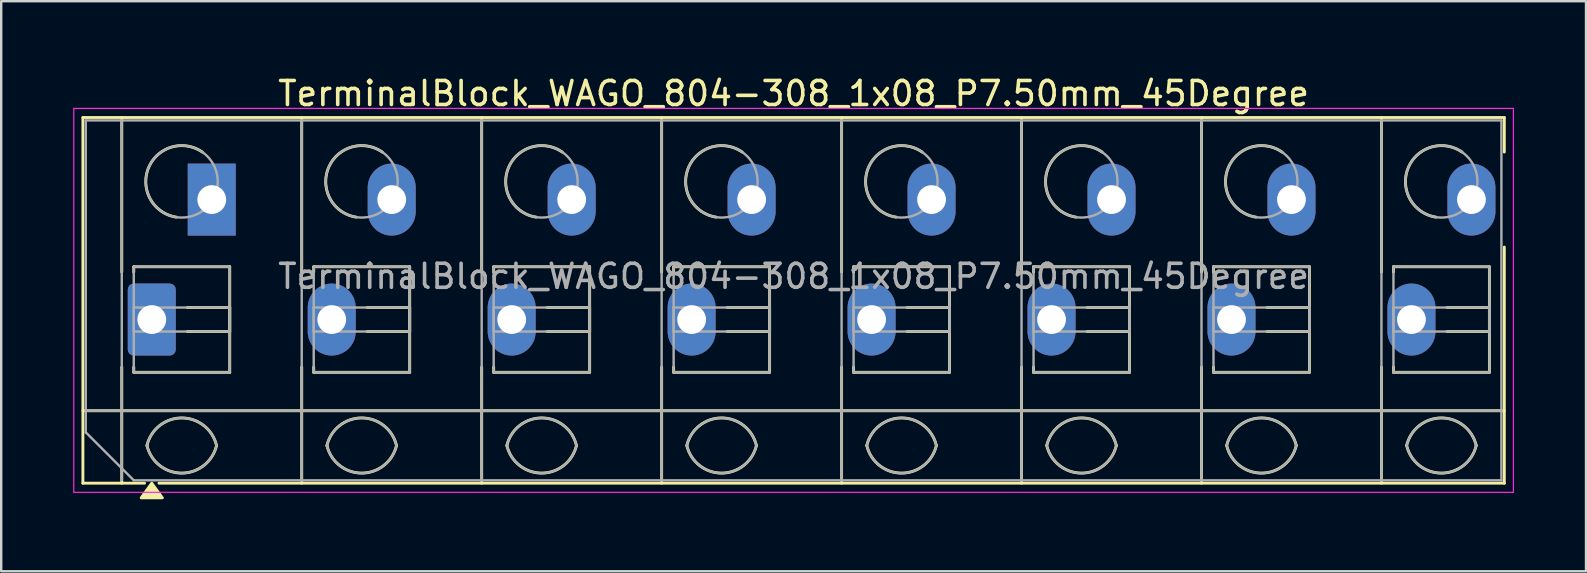
<source format=kicad_pcb>
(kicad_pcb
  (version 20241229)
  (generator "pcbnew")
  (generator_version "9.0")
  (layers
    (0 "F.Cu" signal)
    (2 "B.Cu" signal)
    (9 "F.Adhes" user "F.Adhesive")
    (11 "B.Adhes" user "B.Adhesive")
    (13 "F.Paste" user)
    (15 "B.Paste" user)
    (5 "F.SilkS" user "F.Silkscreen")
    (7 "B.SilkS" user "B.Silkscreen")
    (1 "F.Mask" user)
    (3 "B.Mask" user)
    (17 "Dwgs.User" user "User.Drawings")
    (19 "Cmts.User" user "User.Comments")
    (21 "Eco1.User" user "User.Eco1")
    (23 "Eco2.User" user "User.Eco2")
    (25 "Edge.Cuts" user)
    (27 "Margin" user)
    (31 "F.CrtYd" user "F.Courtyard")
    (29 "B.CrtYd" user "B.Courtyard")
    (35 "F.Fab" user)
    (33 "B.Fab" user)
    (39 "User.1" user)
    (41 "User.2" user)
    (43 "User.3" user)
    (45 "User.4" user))
  (footprint "TerminalBlock_WAGO_804-308_1x08_P7.50mm_45Degree"
    (layer "F.Cu")
    (at 3.275 10.268)
    (property "Reference" "TerminalBlock_WAGO_804-308_1x08_P7.50mm_45Degree" (at 26.75 -9.42 0) (layer "F.SilkS") (effects (font (size 1 1) (thickness 0.15))))
    (attr through_hole)
    (fp_line (start -2.87 -8.42) (end -2.87 6.82) (stroke (width 0.12) (type solid)) (layer "F.SilkS"))
    (fp_line (start -2.87 -8.42) (end 56.37 -8.42) (stroke (width 0.12) (type solid)) (layer "F.SilkS"))
    (fp_line (start -2.87 3.8) (end 56.37 3.8) (stroke (width 0.12) (type solid)) (layer "F.SilkS"))
    (fp_line (start -2.87 6.82) (end -0.3 6.82) (stroke (width 0.12) (type solid)) (layer "F.SilkS"))
    (fp_line (start -1.25 -8.42) (end -1.25 -1.98) (stroke (width 0.12) (type solid)) (layer "F.SilkS"))
    (fp_line (start -1.25 1.98) (end -1.25 6.82) (stroke (width 0.12) (type solid)) (layer "F.SilkS"))
    (fp_line (start -0.75 -2.2) (end -0.75 -1.98) (stroke (width 0.12) (type solid)) (layer "F.SilkS"))
    (fp_line (start -0.75 -2.2) (end 3.25 -2.2) (stroke (width 0.12) (type solid)) (layer "F.SilkS"))
    (fp_line (start -0.75 1.98) (end -0.75 2.2) (stroke (width 0.12) (type solid)) (layer "F.SilkS"))
    (fp_line (start -0.75 2.2) (end 3.25 2.2) (stroke (width 0.12) (type solid)) (layer "F.SilkS"))
    (fp_line (start 0.3 6.82) (end 56.37 6.82) (stroke (width 0.12) (type solid)) (layer "F.SilkS"))
    (fp_line (start 1.48 -0.5) (end 3.25 -0.5) (stroke (width 0.12) (type solid)) (layer "F.SilkS"))
    (fp_line (start 1.48 0.5) (end 3.25 0.5) (stroke (width 0.12) (type solid)) (layer "F.SilkS"))
    (fp_line (start 3.25 -2.2) (end 3.25 2.2) (stroke (width 0.12) (type solid)) (layer "F.SilkS"))
    (fp_line (start 3.25 -0.5) (end 3.25 0.5) (stroke (width 0.12) (type solid)) (layer "F.SilkS"))
    (fp_line (start 6.25 -8.42) (end 6.25 -1.98) (stroke (width 0.12) (type solid)) (layer "F.SilkS"))
    (fp_line (start 6.25 1.98) (end 6.25 6.82) (stroke (width 0.12) (type solid)) (layer "F.SilkS"))
    (fp_line (start 6.75 -2.2) (end 6.75 -1.98) (stroke (width 0.12) (type solid)) (layer "F.SilkS"))
    (fp_line (start 6.75 -2.2) (end 10.75 -2.2) (stroke (width 0.12) (type solid)) (layer "F.SilkS"))
    (fp_line (start 6.75 1.98) (end 6.75 2.2) (stroke (width 0.12) (type solid)) (layer "F.SilkS"))
    (fp_line (start 6.75 2.2) (end 10.75 2.2) (stroke (width 0.12) (type solid)) (layer "F.SilkS"))
    (fp_line (start 8.98 -0.5) (end 10.75 -0.5) (stroke (width 0.12) (type solid)) (layer "F.SilkS"))
    (fp_line (start 8.98 0.5) (end 10.75 0.5) (stroke (width 0.12) (type solid)) (layer "F.SilkS"))
    (fp_line (start 10.75 -2.2) (end 10.75 2.2) (stroke (width 0.12) (type solid)) (layer "F.SilkS"))
    (fp_line (start 10.75 -0.5) (end 10.75 0.5) (stroke (width 0.12) (type solid)) (layer "F.SilkS"))
    (fp_line (start 13.75 -8.42) (end 13.75 -1.98) (stroke (width 0.12) (type solid)) (layer "F.SilkS"))
    (fp_line (start 13.75 1.98) (end 13.75 6.82) (stroke (width 0.12) (type solid)) (layer "F.SilkS"))
    (fp_line (start 14.25 -2.2) (end 14.25 -1.98) (stroke (width 0.12) (type solid)) (layer "F.SilkS"))
    (fp_line (start 14.25 -2.2) (end 18.25 -2.2) (stroke (width 0.12) (type solid)) (layer "F.SilkS"))
    (fp_line (start 14.25 1.98) (end 14.25 2.2) (stroke (width 0.12) (type solid)) (layer "F.SilkS"))
    (fp_line (start 14.25 2.2) (end 18.25 2.2) (stroke (width 0.12) (type solid)) (layer "F.SilkS"))
    (fp_line (start 16.48 -0.5) (end 18.25 -0.5) (stroke (width 0.12) (type solid)) (layer "F.SilkS"))
    (fp_line (start 16.48 0.5) (end 18.25 0.5) (stroke (width 0.12) (type solid)) (layer "F.SilkS"))
    (fp_line (start 18.25 -2.2) (end 18.25 2.2) (stroke (width 0.12) (type solid)) (layer "F.SilkS"))
    (fp_line (start 18.25 -0.5) (end 18.25 0.5) (stroke (width 0.12) (type solid)) (layer "F.SilkS"))
    (fp_line (start 21.25 -8.42) (end 21.25 -1.98) (stroke (width 0.12) (type solid)) (layer "F.SilkS"))
    (fp_line (start 21.25 1.98) (end 21.25 6.82) (stroke (width 0.12) (type solid)) (layer "F.SilkS"))
    (fp_line (start 21.75 -2.2) (end 21.75 -1.98) (stroke (width 0.12) (type solid)) (layer "F.SilkS"))
    (fp_line (start 21.75 -2.2) (end 25.75 -2.2) (stroke (width 0.12) (type solid)) (layer "F.SilkS"))
    (fp_line (start 21.75 1.98) (end 21.75 2.2) (stroke (width 0.12) (type solid)) (layer "F.SilkS"))
    (fp_line (start 21.75 2.2) (end 25.75 2.2) (stroke (width 0.12) (type solid)) (layer "F.SilkS"))
    (fp_line (start 23.98 -0.5) (end 25.75 -0.5) (stroke (width 0.12) (type solid)) (layer "F.SilkS"))
    (fp_line (start 23.98 0.5) (end 25.75 0.5) (stroke (width 0.12) (type solid)) (layer "F.SilkS"))
    (fp_line (start 25.75 -2.2) (end 25.75 2.2) (stroke (width 0.12) (type solid)) (layer "F.SilkS"))
    (fp_line (start 25.75 -0.5) (end 25.75 0.5) (stroke (width 0.12) (type solid)) (layer "F.SilkS"))
    (fp_line (start 28.75 -8.42) (end 28.75 -1.98) (stroke (width 0.12) (type solid)) (layer "F.SilkS"))
    (fp_line (start 28.75 1.98) (end 28.75 6.82) (stroke (width 0.12) (type solid)) (layer "F.SilkS"))
    (fp_line (start 29.25 -2.2) (end 29.25 -1.98) (stroke (width 0.12) (type solid)) (layer "F.SilkS"))
    (fp_line (start 29.25 -2.2) (end 33.25 -2.2) (stroke (width 0.12) (type solid)) (layer "F.SilkS"))
    (fp_line (start 29.25 1.98) (end 29.25 2.2) (stroke (width 0.12) (type solid)) (layer "F.SilkS"))
    (fp_line (start 29.25 2.2) (end 33.25 2.2) (stroke (width 0.12) (type solid)) (layer "F.SilkS"))
    (fp_line (start 31.48 -0.5) (end 33.25 -0.5) (stroke (width 0.12) (type solid)) (layer "F.SilkS"))
    (fp_line (start 31.48 0.5) (end 33.25 0.5) (stroke (width 0.12) (type solid)) (layer "F.SilkS"))
    (fp_line (start 33.25 -2.2) (end 33.25 2.2) (stroke (width 0.12) (type solid)) (layer "F.SilkS"))
    (fp_line (start 33.25 -0.5) (end 33.25 0.5) (stroke (width 0.12) (type solid)) (layer "F.SilkS"))
    (fp_line (start 36.25 -8.42) (end 36.25 -1.98) (stroke (width 0.12) (type solid)) (layer "F.SilkS"))
    (fp_line (start 36.25 1.98) (end 36.25 6.82) (stroke (width 0.12) (type solid)) (layer "F.SilkS"))
    (fp_line (start 36.75 -2.2) (end 36.75 -1.98) (stroke (width 0.12) (type solid)) (layer "F.SilkS"))
    (fp_line (start 36.75 -2.2) (end 40.75 -2.2) (stroke (width 0.12) (type solid)) (layer "F.SilkS"))
    (fp_line (start 36.75 1.98) (end 36.75 2.2) (stroke (width 0.12) (type solid)) (layer "F.SilkS"))
    (fp_line (start 36.75 2.2) (end 40.75 2.2) (stroke (width 0.12) (type solid)) (layer "F.SilkS"))
    (fp_line (start 38.98 -0.5) (end 40.75 -0.5) (stroke (width 0.12) (type solid)) (layer "F.SilkS"))
    (fp_line (start 38.98 0.5) (end 40.75 0.5) (stroke (width 0.12) (type solid)) (layer "F.SilkS"))
    (fp_line (start 40.75 -2.2) (end 40.75 2.2) (stroke (width 0.12) (type solid)) (layer "F.SilkS"))
    (fp_line (start 40.75 -0.5) (end 40.75 0.5) (stroke (width 0.12) (type solid)) (layer "F.SilkS"))
    (fp_line (start 43.75 -8.42) (end 43.75 -1.98) (stroke (width 0.12) (type solid)) (layer "F.SilkS"))
    (fp_line (start 43.75 1.98) (end 43.75 6.82) (stroke (width 0.12) (type solid)) (layer "F.SilkS"))
    (fp_line (start 44.25 -2.2) (end 44.25 -1.98) (stroke (width 0.12) (type solid)) (layer "F.SilkS"))
    (fp_line (start 44.25 -2.2) (end 48.25 -2.2) (stroke (width 0.12) (type solid)) (layer "F.SilkS"))
    (fp_line (start 44.25 1.98) (end 44.25 2.2) (stroke (width 0.12) (type solid)) (layer "F.SilkS"))
    (fp_line (start 44.25 2.2) (end 48.25 2.2) (stroke (width 0.12) (type solid)) (layer "F.SilkS"))
    (fp_line (start 46.48 -0.5) (end 48.25 -0.5) (stroke (width 0.12) (type solid)) (layer "F.SilkS"))
    (fp_line (start 46.48 0.5) (end 48.25 0.5) (stroke (width 0.12) (type solid)) (layer "F.SilkS"))
    (fp_line (start 48.25 -2.2) (end 48.25 2.2) (stroke (width 0.12) (type solid)) (layer "F.SilkS"))
    (fp_line (start 48.25 -0.5) (end 48.25 0.5) (stroke (width 0.12) (type solid)) (layer "F.SilkS"))
    (fp_line (start 51.25 -8.42) (end 51.25 -1.98) (stroke (width 0.12) (type solid)) (layer "F.SilkS"))
    (fp_line (start 51.25 1.98) (end 51.25 6.82) (stroke (width 0.12) (type solid)) (layer "F.SilkS"))
    (fp_line (start 51.75 -2.2) (end 51.75 -1.98) (stroke (width 0.12) (type solid)) (layer "F.SilkS"))
    (fp_line (start 51.75 -2.2) (end 55.75 -2.2) (stroke (width 0.12) (type solid)) (layer "F.SilkS"))
    (fp_line (start 51.75 1.98) (end 51.75 2.2) (stroke (width 0.12) (type solid)) (layer "F.SilkS"))
    (fp_line (start 51.75 2.2) (end 55.75 2.2) (stroke (width 0.12) (type solid)) (layer "F.SilkS"))
    (fp_line (start 53.98 -0.5) (end 55.75 -0.5) (stroke (width 0.12) (type solid)) (layer "F.SilkS"))
    (fp_line (start 53.98 0.5) (end 55.75 0.5) (stroke (width 0.12) (type solid)) (layer "F.SilkS"))
    (fp_line (start 55.75 -2.2) (end 55.75 2.2) (stroke (width 0.12) (type solid)) (layer "F.SilkS"))
    (fp_line (start 55.75 -0.5) (end 55.75 0.5) (stroke (width 0.12) (type solid)) (layer "F.SilkS"))
    (fp_line (start 56.37 -8.42) (end 56.37 -6.98) (stroke (width 0.12) (type solid)) (layer "F.SilkS"))
    (fp_line (start 56.37 -3.02) (end 56.37 6.82) (stroke (width 0.12) (type solid)) (layer "F.SilkS"))
    (fp_arc (start -0.199942 5.249753) (mid 1.250127 4.099899) (end 2.7 5.25) (stroke (width 0.12) (type solid)) (layer "F.SilkS"))
    (fp_arc (start 1.02 -4.268) (mid -0.141815 -6.308637) (end 2.10843 -6.979765) (stroke (width 0.12) (type solid)) (layer "F.SilkS"))
    (fp_arc (start 2.7 5.25) (mid 1.250127 6.400101) (end -0.199942 5.250247) (stroke (width 0.12) (type solid)) (layer "F.SilkS"))
    (fp_arc (start 7.300058 5.249753) (mid 8.750127 4.099899) (end 10.2 5.25) (stroke (width 0.12) (type solid)) (layer "F.SilkS"))
    (fp_arc (start 8.52 -4.268) (mid 7.358185 -6.308637) (end 9.60843 -6.979765) (stroke (width 0.12) (type solid)) (layer "F.SilkS"))
    (fp_arc (start 10.2 5.25) (mid 8.750127 6.400101) (end 7.300058 5.250247) (stroke (width 0.12) (type solid)) (layer "F.SilkS"))
    (fp_arc (start 14.800058 5.249753) (mid 16.250127 4.099899) (end 17.7 5.25) (stroke (width 0.12) (type solid)) (layer "F.SilkS"))
    (fp_arc (start 16.02 -4.268) (mid 14.858185 -6.308637) (end 17.10843 -6.979765) (stroke (width 0.12) (type solid)) (layer "F.SilkS"))
    (fp_arc (start 17.7 5.25) (mid 16.250127 6.400101) (end 14.800058 5.250247) (stroke (width 0.12) (type solid)) (layer "F.SilkS"))
    (fp_arc (start 22.300058 5.249753) (mid 23.750127 4.099899) (end 25.2 5.25) (stroke (width 0.12) (type solid)) (layer "F.SilkS"))
    (fp_arc (start 23.52 -4.268) (mid 22.358185 -6.308637) (end 24.60843 -6.979765) (stroke (width 0.12) (type solid)) (layer "F.SilkS"))
    (fp_arc (start 25.2 5.25) (mid 23.750127 6.400101) (end 22.300058 5.250247) (stroke (width 0.12) (type solid)) (layer "F.SilkS"))
    (fp_arc (start 29.800058 5.249753) (mid 31.250127 4.099899) (end 32.7 5.25) (stroke (width 0.12) (type solid)) (layer "F.SilkS"))
    (fp_arc (start 31.02 -4.268) (mid 29.858185 -6.308637) (end 32.10843 -6.979765) (stroke (width 0.12) (type solid)) (layer "F.SilkS"))
    (fp_arc (start 32.7 5.25) (mid 31.250127 6.400101) (end 29.800058 5.250247) (stroke (width 0.12) (type solid)) (layer "F.SilkS"))
    (fp_arc (start 37.300058 5.249753) (mid 38.750127 4.099899) (end 40.2 5.25) (stroke (width 0.12) (type solid)) (layer "F.SilkS"))
    (fp_arc (start 38.52 -4.268) (mid 37.358185 -6.308637) (end 39.60843 -6.979765) (stroke (width 0.12) (type solid)) (layer "F.SilkS"))
    (fp_arc (start 40.2 5.25) (mid 38.750127 6.400101) (end 37.300058 5.250247) (stroke (width 0.12) (type solid)) (layer "F.SilkS"))
    (fp_arc (start 44.800058 5.249753) (mid 46.250127 4.099899) (end 47.7 5.25) (stroke (width 0.12) (type solid)) (layer "F.SilkS"))
    (fp_arc (start 46.02 -4.268) (mid 44.858185 -6.308637) (end 47.10843 -6.979765) (stroke (width 0.12) (type solid)) (layer "F.SilkS"))
    (fp_arc (start 47.7 5.25) (mid 46.250127 6.400101) (end 44.800058 5.250247) (stroke (width 0.12) (type solid)) (layer "F.SilkS"))
    (fp_arc (start 52.300058 5.249753) (mid 53.750127 4.099899) (end 55.2 5.25) (stroke (width 0.12) (type solid)) (layer "F.SilkS"))
    (fp_arc (start 53.52 -4.268) (mid 52.358185 -6.308637) (end 54.60843 -6.979765) (stroke (width 0.12) (type solid)) (layer "F.SilkS"))
    (fp_arc (start 55.2 5.25) (mid 53.750127 6.400101) (end 52.300058 5.250247) (stroke (width 0.12) (type solid)) (layer "F.SilkS"))
    (fp_poly (pts (xy 0 6.82) (xy 0.44 7.43) (xy -0.44 7.43)) (stroke (width 0.12) (type solid)) (fill yes) (layer "F.SilkS"))
    (fp_line (start -3.25 -8.8) (end -3.25 7.2) (stroke (width 0.05) (type solid)) (layer "F.CrtYd"))
    (fp_line (start -3.25 7.2) (end 56.75 7.2) (stroke (width 0.05) (type solid)) (layer "F.CrtYd"))
    (fp_line (start 56.75 -8.8) (end -3.25 -8.8) (stroke (width 0.05) (type solid)) (layer "F.CrtYd"))
    (fp_line (start 56.75 7.2) (end 56.75 -8.8) (stroke (width 0.05) (type solid)) (layer "F.CrtYd"))
    (fp_line (start -2.75 -8.3) (end 56.25 -8.3) (stroke (width 0.1) (type solid)) (layer "F.Fab"))
    (fp_line (start -2.75 3.8) (end 56.25 3.8) (stroke (width 0.1) (type solid)) (layer "F.Fab"))
    (fp_line (start -2.75 4.7) (end -2.75 -8.3) (stroke (width 0.1) (type solid)) (layer "F.Fab"))
    (fp_line (start -1.25 -8.3) (end -1.25 6.7) (stroke (width 0.1) (type solid)) (layer "F.Fab"))
    (fp_line (start -0.75 -2.2) (end -0.75 2.2) (stroke (width 0.1) (type solid)) (layer "F.Fab"))
    (fp_line (start -0.75 -0.5) (end -0.75 0.5) (stroke (width 0.1) (type solid)) (layer "F.Fab"))
    (fp_line (start -0.75 0.5) (end 3.25 0.5) (stroke (width 0.1) (type solid)) (layer "F.Fab"))
    (fp_line (start -0.75 2.2) (end 3.25 2.2) (stroke (width 0.1) (type solid)) (layer "F.Fab"))
    (fp_line (start -0.75 6.7) (end -2.75 4.7) (stroke (width 0.1) (type solid)) (layer "F.Fab"))
    (fp_line (start 3.25 -2.2) (end -0.75 -2.2) (stroke (width 0.1) (type solid)) (layer "F.Fab"))
    (fp_line (start 3.25 -0.5) (end -0.75 -0.5) (stroke (width 0.1) (type solid)) (layer "F.Fab"))
    (fp_line (start 3.25 0.5) (end 3.25 -0.5) (stroke (width 0.1) (type solid)) (layer "F.Fab"))
    (fp_line (start 3.25 2.2) (end 3.25 -2.2) (stroke (width 0.1) (type solid)) (layer "F.Fab"))
    (fp_line (start 6.25 -8.3) (end 6.25 6.7) (stroke (width 0.1) (type solid)) (layer "F.Fab"))
    (fp_line (start 6.75 -2.2) (end 6.75 2.2) (stroke (width 0.1) (type solid)) (layer "F.Fab"))
    (fp_line (start 6.75 -0.5) (end 6.75 0.5) (stroke (width 0.1) (type solid)) (layer "F.Fab"))
    (fp_line (start 6.75 0.5) (end 10.75 0.5) (stroke (width 0.1) (type solid)) (layer "F.Fab"))
    (fp_line (start 6.75 2.2) (end 10.75 2.2) (stroke (width 0.1) (type solid)) (layer "F.Fab"))
    (fp_line (start 10.75 -2.2) (end 6.75 -2.2) (stroke (width 0.1) (type solid)) (layer "F.Fab"))
    (fp_line (start 10.75 -0.5) (end 6.75 -0.5) (stroke (width 0.1) (type solid)) (layer "F.Fab"))
    (fp_line (start 10.75 0.5) (end 10.75 -0.5) (stroke (width 0.1) (type solid)) (layer "F.Fab"))
    (fp_line (start 10.75 2.2) (end 10.75 -2.2) (stroke (width 0.1) (type solid)) (layer "F.Fab"))
    (fp_line (start 13.75 -8.3) (end 13.75 6.7) (stroke (width 0.1) (type solid)) (layer "F.Fab"))
    (fp_line (start 14.25 -2.2) (end 14.25 2.2) (stroke (width 0.1) (type solid)) (layer "F.Fab"))
    (fp_line (start 14.25 -0.5) (end 14.25 0.5) (stroke (width 0.1) (type solid)) (layer "F.Fab"))
    (fp_line (start 14.25 0.5) (end 18.25 0.5) (stroke (width 0.1) (type solid)) (layer "F.Fab"))
    (fp_line (start 14.25 2.2) (end 18.25 2.2) (stroke (width 0.1) (type solid)) (layer "F.Fab"))
    (fp_line (start 18.25 -2.2) (end 14.25 -2.2) (stroke (width 0.1) (type solid)) (layer "F.Fab"))
    (fp_line (start 18.25 -0.5) (end 14.25 -0.5) (stroke (width 0.1) (type solid)) (layer "F.Fab"))
    (fp_line (start 18.25 0.5) (end 18.25 -0.5) (stroke (width 0.1) (type solid)) (layer "F.Fab"))
    (fp_line (start 18.25 2.2) (end 18.25 -2.2) (stroke (width 0.1) (type solid)) (layer "F.Fab"))
    (fp_line (start 21.25 -8.3) (end 21.25 6.7) (stroke (width 0.1) (type solid)) (layer "F.Fab"))
    (fp_line (start 21.75 -2.2) (end 21.75 2.2) (stroke (width 0.1) (type solid)) (layer "F.Fab"))
    (fp_line (start 21.75 -0.5) (end 21.75 0.5) (stroke (width 0.1) (type solid)) (layer "F.Fab"))
    (fp_line (start 21.75 0.5) (end 25.75 0.5) (stroke (width 0.1) (type solid)) (layer "F.Fab"))
    (fp_line (start 21.75 2.2) (end 25.75 2.2) (stroke (width 0.1) (type solid)) (layer "F.Fab"))
    (fp_line (start 25.75 -2.2) (end 21.75 -2.2) (stroke (width 0.1) (type solid)) (layer "F.Fab"))
    (fp_line (start 25.75 -0.5) (end 21.75 -0.5) (stroke (width 0.1) (type solid)) (layer "F.Fab"))
    (fp_line (start 25.75 0.5) (end 25.75 -0.5) (stroke (width 0.1) (type solid)) (layer "F.Fab"))
    (fp_line (start 25.75 2.2) (end 25.75 -2.2) (stroke (width 0.1) (type solid)) (layer "F.Fab"))
    (fp_line (start 28.75 -8.3) (end 28.75 6.7) (stroke (width 0.1) (type solid)) (layer "F.Fab"))
    (fp_line (start 29.25 -2.2) (end 29.25 2.2) (stroke (width 0.1) (type solid)) (layer "F.Fab"))
    (fp_line (start 29.25 -0.5) (end 29.25 0.5) (stroke (width 0.1) (type solid)) (layer "F.Fab"))
    (fp_line (start 29.25 0.5) (end 33.25 0.5) (stroke (width 0.1) (type solid)) (layer "F.Fab"))
    (fp_line (start 29.25 2.2) (end 33.25 2.2) (stroke (width 0.1) (type solid)) (layer "F.Fab"))
    (fp_line (start 33.25 -2.2) (end 29.25 -2.2) (stroke (width 0.1) (type solid)) (layer "F.Fab"))
    (fp_line (start 33.25 -0.5) (end 29.25 -0.5) (stroke (width 0.1) (type solid)) (layer "F.Fab"))
    (fp_line (start 33.25 0.5) (end 33.25 -0.5) (stroke (width 0.1) (type solid)) (layer "F.Fab"))
    (fp_line (start 33.25 2.2) (end 33.25 -2.2) (stroke (width 0.1) (type solid)) (layer "F.Fab"))
    (fp_line (start 36.25 -8.3) (end 36.25 6.7) (stroke (width 0.1) (type solid)) (layer "F.Fab"))
    (fp_line (start 36.75 -2.2) (end 36.75 2.2) (stroke (width 0.1) (type solid)) (layer "F.Fab"))
    (fp_line (start 36.75 -0.5) (end 36.75 0.5) (stroke (width 0.1) (type solid)) (layer "F.Fab"))
    (fp_line (start 36.75 0.5) (end 40.75 0.5) (stroke (width 0.1) (type solid)) (layer "F.Fab"))
    (fp_line (start 36.75 2.2) (end 40.75 2.2) (stroke (width 0.1) (type solid)) (layer "F.Fab"))
    (fp_line (start 40.75 -2.2) (end 36.75 -2.2) (stroke (width 0.1) (type solid)) (layer "F.Fab"))
    (fp_line (start 40.75 -0.5) (end 36.75 -0.5) (stroke (width 0.1) (type solid)) (layer "F.Fab"))
    (fp_line (start 40.75 0.5) (end 40.75 -0.5) (stroke (width 0.1) (type solid)) (layer "F.Fab"))
    (fp_line (start 40.75 2.2) (end 40.75 -2.2) (stroke (width 0.1) (type solid)) (layer "F.Fab"))
    (fp_line (start 43.75 -8.3) (end 43.75 6.7) (stroke (width 0.1) (type solid)) (layer "F.Fab"))
    (fp_line (start 44.25 -2.2) (end 44.25 2.2) (stroke (width 0.1) (type solid)) (layer "F.Fab"))
    (fp_line (start 44.25 -0.5) (end 44.25 0.5) (stroke (width 0.1) (type solid)) (layer "F.Fab"))
    (fp_line (start 44.25 0.5) (end 48.25 0.5) (stroke (width 0.1) (type solid)) (layer "F.Fab"))
    (fp_line (start 44.25 2.2) (end 48.25 2.2) (stroke (width 0.1) (type solid)) (layer "F.Fab"))
    (fp_line (start 48.25 -2.2) (end 44.25 -2.2) (stroke (width 0.1) (type solid)) (layer "F.Fab"))
    (fp_line (start 48.25 -0.5) (end 44.25 -0.5) (stroke (width 0.1) (type solid)) (layer "F.Fab"))
    (fp_line (start 48.25 0.5) (end 48.25 -0.5) (stroke (width 0.1) (type solid)) (layer "F.Fab"))
    (fp_line (start 48.25 2.2) (end 48.25 -2.2) (stroke (width 0.1) (type solid)) (layer "F.Fab"))
    (fp_line (start 51.25 -8.3) (end 51.25 6.7) (stroke (width 0.1) (type solid)) (layer "F.Fab"))
    (fp_line (start 51.75 -2.2) (end 51.75 2.2) (stroke (width 0.1) (type solid)) (layer "F.Fab"))
    (fp_line (start 51.75 -0.5) (end 51.75 0.5) (stroke (width 0.1) (type solid)) (layer "F.Fab"))
    (fp_line (start 51.75 0.5) (end 55.75 0.5) (stroke (width 0.1) (type solid)) (layer "F.Fab"))
    (fp_line (start 51.75 2.2) (end 55.75 2.2) (stroke (width 0.1) (type solid)) (layer "F.Fab"))
    (fp_line (start 55.75 -2.2) (end 51.75 -2.2) (stroke (width 0.1) (type solid)) (layer "F.Fab"))
    (fp_line (start 55.75 -0.5) (end 51.75 -0.5) (stroke (width 0.1) (type solid)) (layer "F.Fab"))
    (fp_line (start 55.75 0.5) (end 55.75 -0.5) (stroke (width 0.1) (type solid)) (layer "F.Fab"))
    (fp_line (start 55.75 2.2) (end 55.75 -2.2) (stroke (width 0.1) (type solid)) (layer "F.Fab"))
    (fp_line (start 56.25 -8.3) (end 56.25 6.7) (stroke (width 0.1) (type solid)) (layer "F.Fab"))
    (fp_line (start 56.25 6.7) (end -0.75 6.7) (stroke (width 0.1) (type solid)) (layer "F.Fab"))
    (fp_arc (start -0.200386 5.251649) (mid 1.249153 4.100672) (end 2.7 5.25) (stroke (width 0.1) (type solid)) (layer "F.Fab"))
    (fp_arc (start 2.7 5.25) (mid 1.250127 6.400101) (end -0.199942 5.250247) (stroke (width 0.1) (type solid)) (layer "F.Fab"))
    (fp_arc (start 7.299614 5.251649) (mid 8.749153 4.100672) (end 10.2 5.25) (stroke (width 0.1) (type solid)) (layer "F.Fab"))
    (fp_arc (start 10.2 5.25) (mid 8.750127 6.400101) (end 7.300058 5.250247) (stroke (width 0.1) (type solid)) (layer "F.Fab"))
    (fp_arc (start 14.799614 5.251649) (mid 16.249153 4.100672) (end 17.7 5.25) (stroke (width 0.1) (type solid)) (layer "F.Fab"))
    (fp_arc (start 17.7 5.25) (mid 16.250127 6.400101) (end 14.800058 5.250247) (stroke (width 0.1) (type solid)) (layer "F.Fab"))
    (fp_arc (start 22.299614 5.251649) (mid 23.749153 4.100672) (end 25.2 5.25) (stroke (width 0.1) (type solid)) (layer "F.Fab"))
    (fp_arc (start 25.2 5.25) (mid 23.750127 6.400101) (end 22.300058 5.250247) (stroke (width 0.1) (type solid)) (layer "F.Fab"))
    (fp_arc (start 29.798718 5.251205) (mid 31.249381 4.099698) (end 32.701 5.25) (stroke (width 0.1) (type solid)) (layer "F.Fab"))
    (fp_arc (start 32.701 5.25) (mid 31.250355 6.401074) (end 29.799162 5.250691) (stroke (width 0.1) (type solid)) (layer "F.Fab"))
    (fp_arc (start 37.299614 5.251649) (mid 38.749153 4.100672) (end 40.2 5.25) (stroke (width 0.1) (type solid)) (layer "F.Fab"))
    (fp_arc (start 40.2 5.25) (mid 38.750127 6.400101) (end 37.300058 5.250247) (stroke (width 0.1) (type solid)) (layer "F.Fab"))
    (fp_arc (start 44.799614 5.251649) (mid 46.249153 4.100672) (end 47.7 5.25) (stroke (width 0.1) (type solid)) (layer "F.Fab"))
    (fp_arc (start 47.7 5.25) (mid 46.250127 6.400101) (end 44.800058 5.250247) (stroke (width 0.1) (type solid)) (layer "F.Fab"))
    (fp_arc (start 52.299614 5.251649) (mid 53.749153 4.100672) (end 55.2 5.25) (stroke (width 0.1) (type solid)) (layer "F.Fab"))
    (fp_arc (start 55.2 5.25) (mid 53.750127 6.400101) (end 52.300058 5.250247) (stroke (width 0.1) (type solid)) (layer "F.Fab"))
    (fp_circle (center 1.25 -5.75) (end 2.75 -5.75) (stroke (width 0.1) (type solid)) (fill no) (layer "F.Fab"))
    (fp_circle (center 8.75 -5.75) (end 10.25 -5.75) (stroke (width 0.1) (type solid)) (fill no) (layer "F.Fab"))
    (fp_circle (center 16.25 -5.75) (end 17.75 -5.75) (stroke (width 0.1) (type solid)) (fill no) (layer "F.Fab"))
    (fp_circle (center 23.75 -5.75) (end 25.25 -5.75) (stroke (width 0.1) (type solid)) (fill no) (layer "F.Fab"))
    (fp_circle (center 31.25 -5.75) (end 32.75 -5.75) (stroke (width 0.1) (type solid)) (fill no) (layer "F.Fab"))
    (fp_circle (center 38.75 -5.75) (end 40.25 -5.75) (stroke (width 0.1) (type solid)) (fill no) (layer "F.Fab"))
    (fp_circle (center 46.25 -5.75) (end 47.75 -5.75) (stroke (width 0.1) (type solid)) (fill no) (layer "F.Fab"))
    (fp_circle (center 53.75 -5.75) (end 55.25 -5.75) (stroke (width 0.1) (type solid)) (fill no) (layer "F.Fab"))
    (fp_text user "${REFERENCE}" (at 26.75 -1.8 0) (layer "F.Fab") (effects (font (size 1 1) (thickness 0.15))))
    (pad "1" thru_hole roundrect (at 0 0) (size 2 3) (drill 1.2) (layers "*.Cu" "*.Mask") (roundrect_rratio 0.125))
    (pad "1" thru_hole rect (at 2.5 -5) (size 2 3) (drill 1.2) (layers "*.Cu" "*.Mask"))
    (pad "2" thru_hole oval (at 7.5 0) (size 2 3) (drill 1.2) (layers "*.Cu" "*.Mask"))
    (pad "2" thru_hole oval (at 10 -5) (size 2 3) (drill 1.2) (layers "*.Cu" "*.Mask"))
    (pad "3" thru_hole oval (at 15 0) (size 2 3) (drill 1.2) (layers "*.Cu" "*.Mask"))
    (pad "3" thru_hole oval (at 17.5 -5) (size 2 3) (drill 1.2) (layers "*.Cu" "*.Mask"))
    (pad "4" thru_hole oval (at 22.5 0) (size 2 3) (drill 1.2) (layers "*.Cu" "*.Mask"))
    (pad "4" thru_hole oval (at 25 -5) (size 2 3) (drill 1.2) (layers "*.Cu" "*.Mask"))
    (pad "5" thru_hole oval (at 30 0) (size 2 3) (drill 1.2) (layers "*.Cu" "*.Mask"))
    (pad "5" thru_hole oval (at 32.5 -5) (size 2 3) (drill 1.2) (layers "*.Cu" "*.Mask"))
    (pad "6" thru_hole oval (at 37.5 0) (size 2 3) (drill 1.2) (layers "*.Cu" "*.Mask"))
    (pad "6" thru_hole oval (at 40 -5) (size 2 3) (drill 1.2) (layers "*.Cu" "*.Mask"))
    (pad "7" thru_hole oval (at 45 0) (size 2 3) (drill 1.2) (layers "*.Cu" "*.Mask"))
    (pad "7" thru_hole oval (at 47.5 -5) (size 2 3) (drill 1.2) (layers "*.Cu" "*.Mask"))
    (pad "8" thru_hole oval (at 52.5 0) (size 2 3) (drill 1.2) (layers "*.Cu" "*.Mask"))
    (pad "8" thru_hole oval (at 55 -5) (size 2 3) (drill 1.2) (layers "*.Cu" "*.Mask")))
  (gr_rect
    (start -3 -3)
    (end 63.05 20.758)
    (stroke (width 0.1) (type default))
    (fill no)
    (layer "Edge.Cuts")))
</source>
